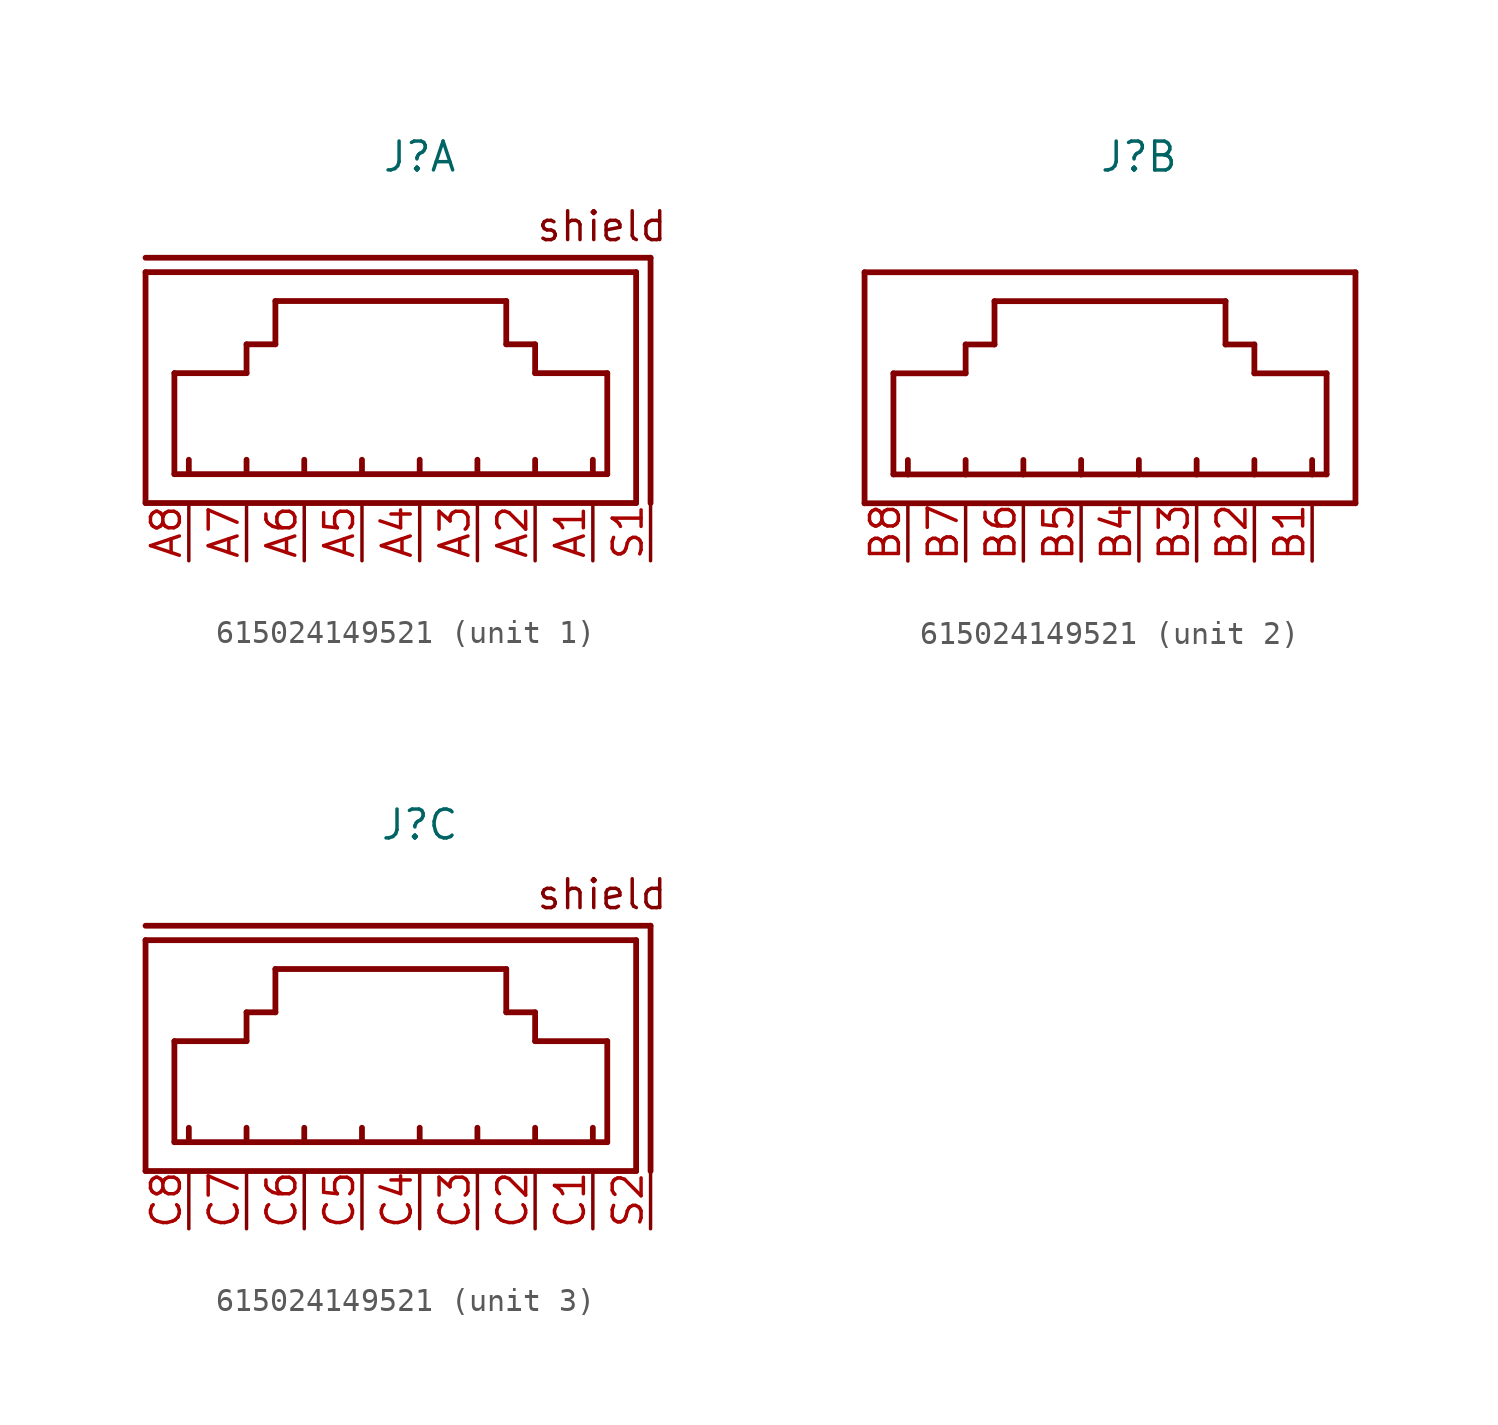
<source format=kicad_sym>
(kicad_symbol_lib
  (version 20241209)
  (generator "kicad_symbol_editor")
  (generator_version "9.0")
  (symbol "615024149521"
    (pin_names
      (hide yes))
    (property "Reference" "J"
      (at 0 10.16 0)
      (effects (font (size 1.27 1.27))))
    (property "ki_locked" ""
      (at 0 0 0)
      (effects (font (size 1.27 1.27))))
    (symbol "615024149521_1_0"
      (polyline (pts (xy -12.065 5.715) (xy 10.16 5.715)) (stroke (width 0.254) (type solid)) (fill (type none)))
      (polyline (pts (xy -12.065 5.08) (xy 9.525 5.08)) (stroke (width 0.254) (type solid)) (fill (type none)))
      (polyline (pts (xy -12.065 -5.08) (xy -12.065 5.08)) (stroke (width 0.254) (type solid)) (fill (type none)))
      (polyline (pts (xy -10.795 0.635) (xy -7.62 0.635)) (stroke (width 0.254) (type solid)) (fill (type none)))
      (polyline (pts (xy -10.795 -3.81) (xy -10.795 0.635)) (stroke (width 0.254) (type solid)) (fill (type none)))
      (polyline (pts (xy -10.16 -3.81) (xy -10.795 -3.81)) (stroke (width 0.254) (type solid)) (fill (type none)))
      (polyline (pts (xy -10.16 -3.81) (xy -10.16 -3.175)) (stroke (width 0.254) (type solid)) (fill (type none)))
      (polyline (pts (xy -7.62 1.905) (xy -6.35 1.905)) (stroke (width 0.254) (type solid)) (fill (type none)))
      (polyline (pts (xy -7.62 0.635) (xy -7.62 1.905)) (stroke (width 0.254) (type solid)) (fill (type none)))
      (polyline (pts (xy -7.62 -3.81) (xy -10.16 -3.81)) (stroke (width 0.254) (type solid)) (fill (type none)))
      (polyline (pts (xy -7.62 -3.81) (xy -7.62 -3.175)) (stroke (width 0.254) (type solid)) (fill (type none)))
      (polyline (pts (xy -6.35 3.81) (xy 3.81 3.81)) (stroke (width 0.254) (type solid)) (fill (type none)))
      (polyline (pts (xy -6.35 1.905) (xy -6.35 3.81)) (stroke (width 0.254) (type solid)) (fill (type none)))
      (polyline (pts (xy -5.08 -3.81) (xy -7.62 -3.81)) (stroke (width 0.254) (type solid)) (fill (type none)))
      (polyline (pts (xy -5.08 -3.81) (xy -5.08 -3.175)) (stroke (width 0.254) (type solid)) (fill (type none)))
      (polyline (pts (xy -2.54 -3.81) (xy -5.08 -3.81)) (stroke (width 0.254) (type solid)) (fill (type none)))
      (polyline (pts (xy -2.54 -3.81) (xy -2.54 -3.175)) (stroke (width 0.254) (type solid)) (fill (type none)))
      (polyline (pts (xy 0 -3.81) (xy -2.54 -3.81)) (stroke (width 0.254) (type solid)) (fill (type none)))
      (polyline (pts (xy 0 -3.81) (xy 0 -3.175)) (stroke (width 0.254) (type solid)) (fill (type none)))
      (polyline (pts (xy 2.54 -3.81) (xy 0 -3.81)) (stroke (width 0.254) (type solid)) (fill (type none)))
      (polyline (pts (xy 2.54 -3.81) (xy 2.54 -3.175)) (stroke (width 0.254) (type solid)) (fill (type none)))
      (polyline (pts (xy 3.81 1.905) (xy 3.81 3.81)) (stroke (width 0.254) (type solid)) (fill (type none)))
      (polyline (pts (xy 5.08 1.905) (xy 3.81 1.905)) (stroke (width 0.254) (type solid)) (fill (type none)))
      (polyline (pts (xy 5.08 0.635) (xy 5.08 1.905)) (stroke (width 0.254) (type solid)) (fill (type none)))
      (polyline (pts (xy 5.08 -3.81) (xy 2.54 -3.81)) (stroke (width 0.254) (type solid)) (fill (type none)))
      (polyline (pts (xy 5.08 -3.81) (xy 5.08 -3.175)) (stroke (width 0.254) (type solid)) (fill (type none)))
      (polyline (pts (xy 7.62 -3.81) (xy 5.08 -3.81)) (stroke (width 0.254) (type solid)) (fill (type none)))
      (polyline (pts (xy 7.62 -3.81) (xy 7.62 -3.175)) (stroke (width 0.254) (type solid)) (fill (type none)))
      (polyline (pts (xy 8.255 0.635) (xy 5.08 0.635)) (stroke (width 0.254) (type solid)) (fill (type none)))
      (polyline (pts (xy 8.255 0.635) (xy 8.255 -3.81)) (stroke (width 0.254) (type solid)) (fill (type none)))
      (polyline (pts (xy 8.255 -3.81) (xy 7.62 -3.81)) (stroke (width 0.254) (type solid)) (fill (type none)))
      (polyline (pts (xy 9.525 5.08) (xy 9.525 -5.08)) (stroke (width 0.254) (type solid)) (fill (type none)))
      (polyline (pts (xy 9.525 -5.08) (xy -12.065 -5.08)) (stroke (width 0.254) (type solid)) (fill (type none)))
      (polyline (pts (xy 10.16 5.715) (xy 10.16 -5.08)) (stroke (width 0.254) (type solid)) (fill (type none)))
      (pin passive line (at -10.16 -7.62 90) (length 2.54) (name "8" (effects (font (size 1.27 1.27)))) (number "A8" (effects (font (size 1.27 1.27)))))
      (pin passive line (at -7.62 -7.62 90) (length 2.54) (name "7" (effects (font (size 1.27 1.27)))) (number "A7" (effects (font (size 1.27 1.27)))))
      (pin passive line (at -5.08 -7.62 90) (length 2.54) (name "6" (effects (font (size 1.27 1.27)))) (number "A6" (effects (font (size 1.27 1.27)))))
      (pin passive line (at -2.54 -7.62 90) (length 2.54) (name "5" (effects (font (size 1.27 1.27)))) (number "A5" (effects (font (size 1.27 1.27)))))
      (pin passive line (at 0 -7.62 90) (length 2.54) (name "4" (effects (font (size 1.27 1.27)))) (number "A4" (effects (font (size 1.27 1.27)))))
      (pin passive line (at 2.54 -7.62 90) (length 2.54) (name "3" (effects (font (size 1.27 1.27)))) (number "A3" (effects (font (size 1.27 1.27)))))
      (pin passive line (at 5.08 -7.62 90) (length 2.54) (name "2" (effects (font (size 1.27 1.27)))) (number "A2" (effects (font (size 1.27 1.27)))))
      (pin passive line (at 7.62 -7.62 90) (length 2.54) (name "1" (effects (font (size 1.27 1.27)))) (number "A1" (effects (font (size 1.27 1.27)))))
      (pin passive line (at 10.16 -7.62 90) (length 2.54) (name "SHIELD" (effects (font (size 1.27 1.27)))) (number "S1" (effects (font (size 1.27 1.27))))))
    (symbol "615024149521_1_1"
      (text "shield" (at 5.08 6.35 0) (effects (font (size 1.27 1.27)) (justify left bottom))))
    (symbol "615024149521_2_0"
      (polyline (pts (xy -12.065 5.08) (xy 9.525 5.08)) (stroke (width 0.254) (type solid)) (fill (type none)))
      (polyline (pts (xy -12.065 -5.08) (xy -12.065 5.08)) (stroke (width 0.254) (type solid)) (fill (type none)))
      (polyline (pts (xy -10.795 0.635) (xy -7.62 0.635)) (stroke (width 0.254) (type solid)) (fill (type none)))
      (polyline (pts (xy -10.795 -3.81) (xy -10.795 0.635)) (stroke (width 0.254) (type solid)) (fill (type none)))
      (polyline (pts (xy -10.16 -3.81) (xy -10.795 -3.81)) (stroke (width 0.254) (type solid)) (fill (type none)))
      (polyline (pts (xy -10.16 -3.81) (xy -10.16 -3.175)) (stroke (width 0.254) (type solid)) (fill (type none)))
      (polyline (pts (xy -7.62 1.905) (xy -6.35 1.905)) (stroke (width 0.254) (type solid)) (fill (type none)))
      (polyline (pts (xy -7.62 0.635) (xy -7.62 1.905)) (stroke (width 0.254) (type solid)) (fill (type none)))
      (polyline (pts (xy -7.62 -3.81) (xy -10.16 -3.81)) (stroke (width 0.254) (type solid)) (fill (type none)))
      (polyline (pts (xy -7.62 -3.81) (xy -7.62 -3.175)) (stroke (width 0.254) (type solid)) (fill (type none)))
      (polyline (pts (xy -6.35 3.81) (xy 3.81 3.81)) (stroke (width 0.254) (type solid)) (fill (type none)))
      (polyline (pts (xy -6.35 1.905) (xy -6.35 3.81)) (stroke (width 0.254) (type solid)) (fill (type none)))
      (polyline (pts (xy -5.08 -3.81) (xy -7.62 -3.81)) (stroke (width 0.254) (type solid)) (fill (type none)))
      (polyline (pts (xy -5.08 -3.81) (xy -5.08 -3.175)) (stroke (width 0.254) (type solid)) (fill (type none)))
      (polyline (pts (xy -2.54 -3.81) (xy -5.08 -3.81)) (stroke (width 0.254) (type solid)) (fill (type none)))
      (polyline (pts (xy -2.54 -3.81) (xy -2.54 -3.175)) (stroke (width 0.254) (type solid)) (fill (type none)))
      (polyline (pts (xy 0 -3.81) (xy -2.54 -3.81)) (stroke (width 0.254) (type solid)) (fill (type none)))
      (polyline (pts (xy 0 -3.81) (xy 0 -3.175)) (stroke (width 0.254) (type solid)) (fill (type none)))
      (polyline (pts (xy 2.54 -3.81) (xy 0 -3.81)) (stroke (width 0.254) (type solid)) (fill (type none)))
      (polyline (pts (xy 2.54 -3.81) (xy 2.54 -3.175)) (stroke (width 0.254) (type solid)) (fill (type none)))
      (polyline (pts (xy 3.81 1.905) (xy 3.81 3.81)) (stroke (width 0.254) (type solid)) (fill (type none)))
      (polyline (pts (xy 5.08 1.905) (xy 3.81 1.905)) (stroke (width 0.254) (type solid)) (fill (type none)))
      (polyline (pts (xy 5.08 0.635) (xy 5.08 1.905)) (stroke (width 0.254) (type solid)) (fill (type none)))
      (polyline (pts (xy 5.08 -3.81) (xy 2.54 -3.81)) (stroke (width 0.254) (type solid)) (fill (type none)))
      (polyline (pts (xy 5.08 -3.81) (xy 5.08 -3.175)) (stroke (width 0.254) (type solid)) (fill (type none)))
      (polyline (pts (xy 7.62 -3.81) (xy 5.08 -3.81)) (stroke (width 0.254) (type solid)) (fill (type none)))
      (polyline (pts (xy 7.62 -3.81) (xy 7.62 -3.175)) (stroke (width 0.254) (type solid)) (fill (type none)))
      (polyline (pts (xy 8.255 0.635) (xy 5.08 0.635)) (stroke (width 0.254) (type solid)) (fill (type none)))
      (polyline (pts (xy 8.255 0.635) (xy 8.255 -3.81)) (stroke (width 0.254) (type solid)) (fill (type none)))
      (polyline (pts (xy 8.255 -3.81) (xy 7.62 -3.81)) (stroke (width 0.254) (type solid)) (fill (type none)))
      (polyline (pts (xy 9.525 5.08) (xy 9.525 -5.08)) (stroke (width 0.254) (type solid)) (fill (type none)))
      (polyline (pts (xy 9.525 -5.08) (xy -12.065 -5.08)) (stroke (width 0.254) (type solid)) (fill (type none)))
      (pin passive line (at -10.16 -7.62 90) (length 2.54) (name "8" (effects (font (size 1.27 1.27)))) (number "B8" (effects (font (size 1.27 1.27)))))
      (pin passive line (at -7.62 -7.62 90) (length 2.54) (name "7" (effects (font (size 1.27 1.27)))) (number "B7" (effects (font (size 1.27 1.27)))))
      (pin passive line (at -5.08 -7.62 90) (length 2.54) (name "6" (effects (font (size 1.27 1.27)))) (number "B6" (effects (font (size 1.27 1.27)))))
      (pin passive line (at -2.54 -7.62 90) (length 2.54) (name "5" (effects (font (size 1.27 1.27)))) (number "B5" (effects (font (size 1.27 1.27)))))
      (pin passive line (at 0 -7.62 90) (length 2.54) (name "4" (effects (font (size 1.27 1.27)))) (number "B4" (effects (font (size 1.27 1.27)))))
      (pin passive line (at 2.54 -7.62 90) (length 2.54) (name "3" (effects (font (size 1.27 1.27)))) (number "B3" (effects (font (size 1.27 1.27)))))
      (pin passive line (at 5.08 -7.62 90) (length 2.54) (name "2" (effects (font (size 1.27 1.27)))) (number "B2" (effects (font (size 1.27 1.27)))))
      (pin passive line (at 7.62 -7.62 90) (length 2.54) (name "1" (effects (font (size 1.27 1.27)))) (number "B1" (effects (font (size 1.27 1.27))))))
    (symbol "615024149521_3_0"
      (polyline (pts (xy -12.065 5.715) (xy 10.16 5.715)) (stroke (width 0.254) (type solid)) (fill (type none)))
      (polyline (pts (xy -12.065 5.08) (xy 9.525 5.08)) (stroke (width 0.254) (type solid)) (fill (type none)))
      (polyline (pts (xy -12.065 -5.08) (xy -12.065 5.08)) (stroke (width 0.254) (type solid)) (fill (type none)))
      (polyline (pts (xy -10.795 0.635) (xy -7.62 0.635)) (stroke (width 0.254) (type solid)) (fill (type none)))
      (polyline (pts (xy -10.795 -3.81) (xy -10.795 0.635)) (stroke (width 0.254) (type solid)) (fill (type none)))
      (polyline (pts (xy -10.16 -3.81) (xy -10.795 -3.81)) (stroke (width 0.254) (type solid)) (fill (type none)))
      (polyline (pts (xy -10.16 -3.81) (xy -10.16 -3.175)) (stroke (width 0.254) (type solid)) (fill (type none)))
      (polyline (pts (xy -7.62 1.905) (xy -6.35 1.905)) (stroke (width 0.254) (type solid)) (fill (type none)))
      (polyline (pts (xy -7.62 0.635) (xy -7.62 1.905)) (stroke (width 0.254) (type solid)) (fill (type none)))
      (polyline (pts (xy -7.62 -3.81) (xy -10.16 -3.81)) (stroke (width 0.254) (type solid)) (fill (type none)))
      (polyline (pts (xy -7.62 -3.81) (xy -7.62 -3.175)) (stroke (width 0.254) (type solid)) (fill (type none)))
      (polyline (pts (xy -6.35 3.81) (xy 3.81 3.81)) (stroke (width 0.254) (type solid)) (fill (type none)))
      (polyline (pts (xy -6.35 1.905) (xy -6.35 3.81)) (stroke (width 0.254) (type solid)) (fill (type none)))
      (polyline (pts (xy -5.08 -3.81) (xy -7.62 -3.81)) (stroke (width 0.254) (type solid)) (fill (type none)))
      (polyline (pts (xy -5.08 -3.81) (xy -5.08 -3.175)) (stroke (width 0.254) (type solid)) (fill (type none)))
      (polyline (pts (xy -2.54 -3.81) (xy -5.08 -3.81)) (stroke (width 0.254) (type solid)) (fill (type none)))
      (polyline (pts (xy -2.54 -3.81) (xy -2.54 -3.175)) (stroke (width 0.254) (type solid)) (fill (type none)))
      (polyline (pts (xy 0 -3.81) (xy -2.54 -3.81)) (stroke (width 0.254) (type solid)) (fill (type none)))
      (polyline (pts (xy 0 -3.81) (xy 0 -3.175)) (stroke (width 0.254) (type solid)) (fill (type none)))
      (polyline (pts (xy 2.54 -3.81) (xy 0 -3.81)) (stroke (width 0.254) (type solid)) (fill (type none)))
      (polyline (pts (xy 2.54 -3.81) (xy 2.54 -3.175)) (stroke (width 0.254) (type solid)) (fill (type none)))
      (polyline (pts (xy 3.81 1.905) (xy 3.81 3.81)) (stroke (width 0.254) (type solid)) (fill (type none)))
      (polyline (pts (xy 5.08 1.905) (xy 3.81 1.905)) (stroke (width 0.254) (type solid)) (fill (type none)))
      (polyline (pts (xy 5.08 0.635) (xy 5.08 1.905)) (stroke (width 0.254) (type solid)) (fill (type none)))
      (polyline (pts (xy 5.08 -3.81) (xy 2.54 -3.81)) (stroke (width 0.254) (type solid)) (fill (type none)))
      (polyline (pts (xy 5.08 -3.81) (xy 5.08 -3.175)) (stroke (width 0.254) (type solid)) (fill (type none)))
      (polyline (pts (xy 7.62 -3.81) (xy 5.08 -3.81)) (stroke (width 0.254) (type solid)) (fill (type none)))
      (polyline (pts (xy 7.62 -3.81) (xy 7.62 -3.175)) (stroke (width 0.254) (type solid)) (fill (type none)))
      (polyline (pts (xy 8.255 0.635) (xy 5.08 0.635)) (stroke (width 0.254) (type solid)) (fill (type none)))
      (polyline (pts (xy 8.255 0.635) (xy 8.255 -3.81)) (stroke (width 0.254) (type solid)) (fill (type none)))
      (polyline (pts (xy 8.255 -3.81) (xy 7.62 -3.81)) (stroke (width 0.254) (type solid)) (fill (type none)))
      (polyline (pts (xy 9.525 5.08) (xy 9.525 -5.08)) (stroke (width 0.254) (type solid)) (fill (type none)))
      (polyline (pts (xy 9.525 -5.08) (xy -12.065 -5.08)) (stroke (width 0.254) (type solid)) (fill (type none)))
      (polyline (pts (xy 10.16 5.715) (xy 10.16 -5.08)) (stroke (width 0.254) (type solid)) (fill (type none)))
      (pin passive line (at -10.16 -7.62 90) (length 2.54) (name "8" (effects (font (size 1.27 1.27)))) (number "C8" (effects (font (size 1.27 1.27)))))
      (pin passive line (at -7.62 -7.62 90) (length 2.54) (name "7" (effects (font (size 1.27 1.27)))) (number "C7" (effects (font (size 1.27 1.27)))))
      (pin passive line (at -5.08 -7.62 90) (length 2.54) (name "6" (effects (font (size 1.27 1.27)))) (number "C6" (effects (font (size 1.27 1.27)))))
      (pin passive line (at -2.54 -7.62 90) (length 2.54) (name "5" (effects (font (size 1.27 1.27)))) (number "C5" (effects (font (size 1.27 1.27)))))
      (pin passive line (at 0 -7.62 90) (length 2.54) (name "4" (effects (font (size 1.27 1.27)))) (number "C4" (effects (font (size 1.27 1.27)))))
      (pin passive line (at 2.54 -7.62 90) (length 2.54) (name "3" (effects (font (size 1.27 1.27)))) (number "C3" (effects (font (size 1.27 1.27)))))
      (pin passive line (at 5.08 -7.62 90) (length 2.54) (name "2" (effects (font (size 1.27 1.27)))) (number "C2" (effects (font (size 1.27 1.27)))))
      (pin passive line (at 7.62 -7.62 90) (length 2.54) (name "1" (effects (font (size 1.27 1.27)))) (number "C1" (effects (font (size 1.27 1.27)))))
      (pin passive line (at 10.16 -7.62 90) (length 2.54) (name "SHIELD" (effects (font (size 1.27 1.27)))) (number "S2" (effects (font (size 1.27 1.27))))))
    (symbol "615024149521_3_1"
      (text "shield" (at 5.08 6.35 0) (effects (font (size 1.27 1.27)) (justify left bottom))))))
</source>
